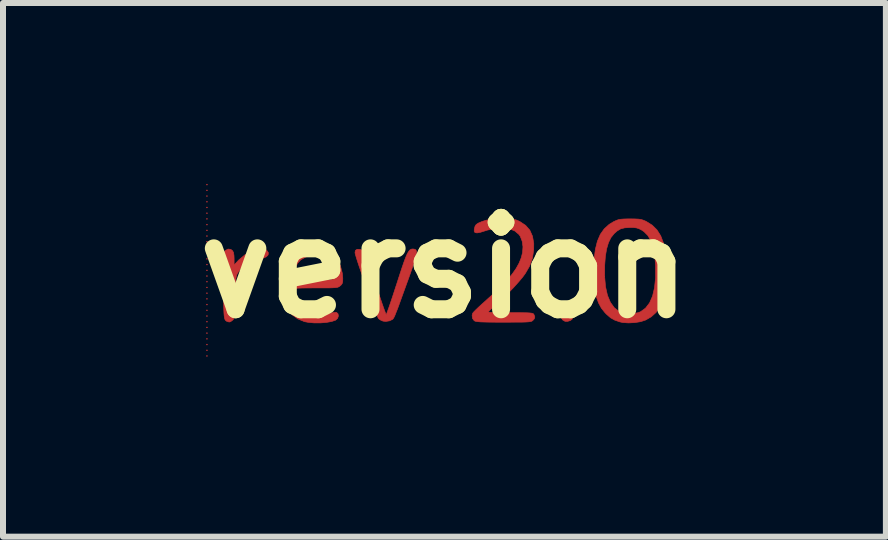
<source format=kicad_pcb>
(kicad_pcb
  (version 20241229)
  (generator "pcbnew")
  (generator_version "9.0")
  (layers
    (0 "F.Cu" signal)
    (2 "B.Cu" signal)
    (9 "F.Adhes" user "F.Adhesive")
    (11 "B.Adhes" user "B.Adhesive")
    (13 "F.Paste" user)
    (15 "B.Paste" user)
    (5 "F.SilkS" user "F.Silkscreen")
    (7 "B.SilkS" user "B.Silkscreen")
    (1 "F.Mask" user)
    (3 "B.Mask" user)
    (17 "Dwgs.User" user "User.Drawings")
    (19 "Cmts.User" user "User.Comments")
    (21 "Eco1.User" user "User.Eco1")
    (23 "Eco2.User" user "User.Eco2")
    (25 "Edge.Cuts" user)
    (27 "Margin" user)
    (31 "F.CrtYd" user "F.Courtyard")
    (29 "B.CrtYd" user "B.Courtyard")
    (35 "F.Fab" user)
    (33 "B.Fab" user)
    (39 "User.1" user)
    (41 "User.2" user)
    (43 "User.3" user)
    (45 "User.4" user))
  (footprint "version"
    (layer "F.Cu")
    (at 4.362 1.418)
    (property "Reference" "version" (at 0 0 0) (layer "F.SilkS") (effects (font (size 1.524 1.524) (thickness 0.3))))
    (attr through_hole)
    (fp_poly (pts (xy -3.953 -1.389) (xy -3.961 -1.381) (xy -3.969 -1.389) (xy -3.961 -1.397) (xy -3.953 -1.389)) (stroke (width 0.01) (type solid)) (fill yes) (layer "F.Cu"))
    (fp_poly (pts (xy -3.953 -1.294) (xy -3.961 -1.286) (xy -3.969 -1.294) (xy -3.961 -1.302) (xy -3.953 -1.294)) (stroke (width 0.01) (type solid)) (fill yes) (layer "F.Cu"))
    (fp_poly (pts (xy -3.953 -1.199) (xy -3.961 -1.191) (xy -3.969 -1.199) (xy -3.961 -1.206) (xy -3.953 -1.199)) (stroke (width 0.01) (type solid)) (fill yes) (layer "F.Cu"))
    (fp_poly (pts (xy -3.953 -1.103) (xy -3.961 -1.095) (xy -3.969 -1.103) (xy -3.961 -1.111) (xy -3.953 -1.103)) (stroke (width 0.01) (type solid)) (fill yes) (layer "F.Cu"))
    (fp_poly (pts (xy -3.953 -1.008) (xy -3.961 -1) (xy -3.969 -1.008) (xy -3.961 -1.016) (xy -3.953 -1.008)) (stroke (width 0.01) (type solid)) (fill yes) (layer "F.Cu"))
    (fp_poly (pts (xy -3.953 -0.913) (xy -3.961 -0.905) (xy -3.969 -0.913) (xy -3.961 -0.921) (xy -3.953 -0.913)) (stroke (width 0.01) (type solid)) (fill yes) (layer "F.Cu"))
    (fp_poly (pts (xy -3.953 -0.818) (xy -3.961 -0.81) (xy -3.969 -0.818) (xy -3.961 -0.826) (xy -3.953 -0.818)) (stroke (width 0.01) (type solid)) (fill yes) (layer "F.Cu"))
    (fp_poly (pts (xy -3.953 -0.722) (xy -3.961 -0.714) (xy -3.969 -0.722) (xy -3.961 -0.73) (xy -3.953 -0.722)) (stroke (width 0.01) (type solid)) (fill yes) (layer "F.Cu"))
    (fp_poly (pts (xy -3.953 -0.627) (xy -3.961 -0.619) (xy -3.969 -0.627) (xy -3.961 -0.635) (xy -3.953 -0.627)) (stroke (width 0.01) (type solid)) (fill yes) (layer "F.Cu"))
    (fp_poly (pts (xy -3.953 -0.532) (xy -3.961 -0.524) (xy -3.969 -0.532) (xy -3.961 -0.54) (xy -3.953 -0.532)) (stroke (width 0.01) (type solid)) (fill yes) (layer "F.Cu"))
    (fp_poly (pts (xy -3.953 -0.437) (xy -3.961 -0.429) (xy -3.969 -0.437) (xy -3.961 -0.445) (xy -3.953 -0.437)) (stroke (width 0.01) (type solid)) (fill yes) (layer "F.Cu"))
    (fp_poly (pts (xy -3.953 -0.341) (xy -3.961 -0.333) (xy -3.969 -0.341) (xy -3.961 -0.349) (xy -3.953 -0.341)) (stroke (width 0.01) (type solid)) (fill yes) (layer "F.Cu"))
    (fp_poly (pts (xy -3.953 -0.246) (xy -3.961 -0.238) (xy -3.969 -0.246) (xy -3.961 -0.254) (xy -3.953 -0.246)) (stroke (width 0.01) (type solid)) (fill yes) (layer "F.Cu"))
    (fp_poly (pts (xy -3.953 -0.151) (xy -3.961 -0.143) (xy -3.969 -0.151) (xy -3.961 -0.159) (xy -3.953 -0.151)) (stroke (width 0.01) (type solid)) (fill yes) (layer "F.Cu"))
    (fp_poly (pts (xy -3.953 -0.056) (xy -3.961 -0.048) (xy -3.969 -0.056) (xy -3.961 -0.064) (xy -3.953 -0.056)) (stroke (width 0.01) (type solid)) (fill yes) (layer "F.Cu"))
    (fp_poly (pts (xy -3.953 0.04) (xy -3.961 0.048) (xy -3.969 0.04) (xy -3.961 0.032) (xy -3.953 0.04)) (stroke (width 0.01) (type solid)) (fill yes) (layer "F.Cu"))
    (fp_poly (pts (xy -3.953 0.135) (xy -3.961 0.143) (xy -3.969 0.135) (xy -3.961 0.127) (xy -3.953 0.135)) (stroke (width 0.01) (type solid)) (fill yes) (layer "F.Cu"))
    (fp_poly (pts (xy -3.953 0.23) (xy -3.961 0.238) (xy -3.969 0.23) (xy -3.961 0.222) (xy -3.953 0.23)) (stroke (width 0.01) (type solid)) (fill yes) (layer "F.Cu"))
    (fp_poly (pts (xy -3.953 0.325) (xy -3.961 0.333) (xy -3.969 0.325) (xy -3.961 0.318) (xy -3.953 0.325)) (stroke (width 0.01) (type solid)) (fill yes) (layer "F.Cu"))
    (fp_poly (pts (xy -3.953 0.421) (xy -3.961 0.429) (xy -3.969 0.421) (xy -3.961 0.413) (xy -3.953 0.421)) (stroke (width 0.01) (type solid)) (fill yes) (layer "F.Cu"))
    (fp_poly (pts (xy -3.953 0.516) (xy -3.961 0.524) (xy -3.969 0.516) (xy -3.961 0.508) (xy -3.953 0.516)) (stroke (width 0.01) (type solid)) (fill yes) (layer "F.Cu"))
    (fp_poly (pts (xy -3.953 0.611) (xy -3.961 0.619) (xy -3.969 0.611) (xy -3.961 0.603) (xy -3.953 0.611)) (stroke (width 0.01) (type solid)) (fill yes) (layer "F.Cu"))
    (fp_poly (pts (xy -3.953 0.706) (xy -3.961 0.714) (xy -3.969 0.706) (xy -3.961 0.699) (xy -3.953 0.706)) (stroke (width 0.01) (type solid)) (fill yes) (layer "F.Cu"))
    (fp_poly (pts (xy -3.953 0.802) (xy -3.961 0.81) (xy -3.969 0.802) (xy -3.961 0.794) (xy -3.953 0.802)) (stroke (width 0.01) (type solid)) (fill yes) (layer "F.Cu"))
    (fp_poly (pts (xy -3.953 0.897) (xy -3.961 0.905) (xy -3.969 0.897) (xy -3.961 0.889) (xy -3.953 0.897)) (stroke (width 0.01) (type solid)) (fill yes) (layer "F.Cu"))
    (fp_poly (pts (xy -3.953 0.992) (xy -3.961 1) (xy -3.969 0.992) (xy -3.961 0.984) (xy -3.953 0.992)) (stroke (width 0.01) (type solid)) (fill yes) (layer "F.Cu"))
    (fp_poly (pts (xy -3.953 1.087) (xy -3.961 1.095) (xy -3.969 1.087) (xy -3.961 1.079) (xy -3.953 1.087)) (stroke (width 0.01) (type solid)) (fill yes) (layer "F.Cu"))
    (fp_poly (pts (xy -3.953 1.183) (xy -3.961 1.191) (xy -3.969 1.183) (xy -3.961 1.175) (xy -3.953 1.183)) (stroke (width 0.01) (type solid)) (fill yes) (layer "F.Cu"))
    (fp_poly (pts (xy -3.953 1.278) (xy -3.961 1.286) (xy -3.969 1.278) (xy -3.961 1.27) (xy -3.953 1.278)) (stroke (width 0.01) (type solid)) (fill yes) (layer "F.Cu"))
    (fp_poly (pts (xy -3.953 1.373) (xy -3.961 1.381) (xy -3.969 1.373) (xy -3.961 1.365) (xy -3.953 1.373)) (stroke (width 0.01) (type solid)) (fill yes) (layer "F.Cu"))
    (fp_poly (pts (xy -3.953 1.468) (xy -3.961 1.476) (xy -3.969 1.468) (xy -3.961 1.46) (xy -3.953 1.468)) (stroke (width 0.01) (type solid)) (fill yes) (layer "F.Cu"))
    (fp_poly (pts (xy 2.086 0.588) (xy 2.119 0.613) (xy 2.132 0.641) (xy 2.14 0.69) (xy 2.144 0.747) (xy 2.142 0.802) (xy 2.135 0.843) (xy 2.131 0.852) (xy 2.1 0.877) (xy 2.054 0.891) (xy 2.011 0.89) (xy 2.008 0.889) (xy 1.97 0.867) (xy 1.948 0.834) (xy 1.939 0.782) (xy 1.94 0.729) (xy 1.944 0.672) (xy 1.954 0.636) (xy 1.971 0.612) (xy 1.986 0.599) (xy 2.037 0.578) (xy 2.086 0.588)) (stroke (width 0.01) (type solid)) (fill yes) (layer "F.Cu"))
    (fp_poly (pts (xy -2.988 -0.31) (xy -2.965 -0.296) (xy -2.964 -0.294) (xy -2.937 -0.254) (xy -2.941 -0.217) (xy -2.972 -0.185) (xy -3.029 -0.163) (xy -3.085 -0.153) (xy -3.203 -0.125) (xy -3.307 -0.071) (xy -3.394 0.007) (xy -3.45 0.087) (xy -3.462 0.111) (xy -3.47 0.136) (xy -3.477 0.169) (xy -3.482 0.213) (xy -3.486 0.274) (xy -3.489 0.356) (xy -3.492 0.463) (xy -3.492 0.498) (xy -3.495 0.611) (xy -3.498 0.697) (xy -3.501 0.76) (xy -3.504 0.804) (xy -3.51 0.833) (xy -3.517 0.852) (xy -3.526 0.864) (xy -3.538 0.875) (xy -3.568 0.897) (xy -3.591 0.902) (xy -3.619 0.894) (xy -3.636 0.887) (xy -3.649 0.877) (xy -3.66 0.861) (xy -3.668 0.835) (xy -3.674 0.797) (xy -3.678 0.744) (xy -3.681 0.671) (xy -3.682 0.577) (xy -3.683 0.458) (xy -3.683 0.311) (xy -3.683 0.285) (xy -3.683 0.138) (xy -3.683 0.019) (xy -3.682 -0.074) (xy -3.68 -0.146) (xy -3.678 -0.199) (xy -3.675 -0.236) (xy -3.67 -0.261) (xy -3.665 -0.277) (xy -3.658 -0.287) (xy -3.654 -0.291) (xy -3.609 -0.315) (xy -3.563 -0.309) (xy -3.535 -0.288) (xy -3.518 -0.257) (xy -3.51 -0.206) (xy -3.508 -0.154) (xy -3.508 -0.05) (xy -3.429 -0.134) (xy -3.327 -0.219) (xy -3.21 -0.279) (xy -3.083 -0.31) (xy -3.078 -0.311) (xy -3.023 -0.315) (xy -2.988 -0.31)) (stroke (width 0.01) (type solid)) (fill yes) (layer "F.Cu"))
    (fp_poly (pts (xy -0.512 -0.315) (xy -0.509 -0.314) (xy -0.488 -0.309) (xy -0.474 -0.297) (xy -0.467 -0.276) (xy -0.468 -0.242) (xy -0.478 -0.193) (xy -0.497 -0.125) (xy -0.525 -0.038) (xy -0.563 0.074) (xy -0.612 0.212) (xy -0.619 0.23) (xy -0.674 0.382) (xy -0.719 0.506) (xy -0.755 0.606) (xy -0.784 0.685) (xy -0.808 0.744) (xy -0.825 0.788) (xy -0.839 0.819) (xy -0.85 0.839) (xy -0.859 0.851) (xy -0.865 0.857) (xy -0.915 0.882) (xy -0.978 0.892) (xy -1.025 0.887) (xy -1.068 0.868) (xy -1.099 0.846) (xy -1.111 0.823) (xy -1.132 0.775) (xy -1.159 0.705) (xy -1.193 0.618) (xy -1.23 0.518) (xy -1.27 0.409) (xy -1.31 0.296) (xy -1.35 0.183) (xy -1.388 0.074) (xy -1.423 -0.027) (xy -1.452 -0.114) (xy -1.474 -0.185) (xy -1.488 -0.234) (xy -1.492 -0.256) (xy -1.485 -0.292) (xy -1.458 -0.31) (xy -1.454 -0.311) (xy -1.407 -0.309) (xy -1.358 -0.289) (xy -1.329 -0.264) (xy -1.322 -0.245) (xy -1.306 -0.199) (xy -1.282 -0.131) (xy -1.252 -0.044) (xy -1.218 0.06) (xy -1.18 0.175) (xy -1.15 0.266) (xy -1.11 0.387) (xy -1.073 0.498) (xy -1.04 0.595) (xy -1.012 0.675) (xy -0.99 0.734) (xy -0.976 0.769) (xy -0.972 0.778) (xy -0.964 0.763) (xy -0.949 0.721) (xy -0.926 0.657) (xy -0.897 0.572) (xy -0.863 0.471) (xy -0.826 0.357) (xy -0.794 0.26) (xy -0.746 0.111) (xy -0.706 -0.01) (xy -0.673 -0.106) (xy -0.645 -0.18) (xy -0.621 -0.235) (xy -0.599 -0.273) (xy -0.579 -0.298) (xy -0.558 -0.311) (xy -0.537 -0.316) (xy -0.512 -0.315)) (stroke (width 0.01) (type solid)) (fill yes) (layer "F.Cu"))
    (fp_poly (pts (xy 3.177 -0.817) (xy 3.236 -0.814) (xy 3.279 -0.808) (xy 3.317 -0.796) (xy 3.357 -0.779) (xy 3.368 -0.773) (xy 3.464 -0.713) (xy 3.543 -0.635) (xy 3.606 -0.536) (xy 3.652 -0.415) (xy 3.683 -0.271) (xy 3.7 -0.1) (xy 3.704 0.048) (xy 3.697 0.237) (xy 3.677 0.399) (xy 3.643 0.536) (xy 3.593 0.65) (xy 3.528 0.743) (xy 3.446 0.816) (xy 3.354 0.869) (xy 3.272 0.896) (xy 3.172 0.912) (xy 3.067 0.917) (xy 2.97 0.91) (xy 2.921 0.899) (xy 2.838 0.87) (xy 2.772 0.833) (xy 2.71 0.78) (xy 2.678 0.748) (xy 2.616 0.67) (xy 2.568 0.581) (xy 2.532 0.478) (xy 2.508 0.356) (xy 2.494 0.212) (xy 2.492 0.146) (xy 2.671 0.146) (xy 2.686 0.314) (xy 2.718 0.457) (xy 2.767 0.574) (xy 2.832 0.664) (xy 2.913 0.727) (xy 2.919 0.73) (xy 2.984 0.752) (xy 3.066 0.762) (xy 3.152 0.76) (xy 3.23 0.746) (xy 3.269 0.731) (xy 3.353 0.67) (xy 3.42 0.583) (xy 3.47 0.469) (xy 3.503 0.329) (xy 3.52 0.162) (xy 3.52 -0.03) (xy 3.519 -0.056) (xy 3.505 -0.216) (xy 3.479 -0.348) (xy 3.442 -0.456) (xy 3.391 -0.541) (xy 3.326 -0.606) (xy 3.287 -0.632) (xy 3.242 -0.655) (xy 3.199 -0.668) (xy 3.146 -0.674) (xy 3.096 -0.674) (xy 3.007 -0.669) (xy 2.939 -0.652) (xy 2.88 -0.617) (xy 2.83 -0.573) (xy 2.776 -0.506) (xy 2.735 -0.422) (xy 2.704 -0.318) (xy 2.683 -0.191) (xy 2.672 -0.047) (xy 2.671 0.146) (xy 2.492 0.146) (xy 2.49 0.04) (xy 2.49 0.04) (xy 2.496 -0.149) (xy 2.516 -0.31) (xy 2.55 -0.446) (xy 2.599 -0.56) (xy 2.664 -0.652) (xy 2.746 -0.726) (xy 2.82 -0.771) (xy 2.863 -0.791) (xy 2.9 -0.805) (xy 2.94 -0.812) (xy 2.991 -0.816) (xy 3.062 -0.818) (xy 3.096 -0.818) (xy 3.177 -0.817)) (stroke (width 0.01) (type solid)) (fill yes) (layer "F.Cu"))
    (fp_poly (pts (xy 1.047 -0.817) (xy 1.109 -0.815) (xy 1.154 -0.81) (xy 1.191 -0.802) (xy 1.226 -0.788) (xy 1.259 -0.772) (xy 1.353 -0.71) (xy 1.423 -0.63) (xy 1.468 -0.529) (xy 1.489 -0.409) (xy 1.488 -0.304) (xy 1.467 -0.164) (xy 1.419 -0.03) (xy 1.347 0.094) (xy 1.299 0.159) (xy 1.232 0.238) (xy 1.152 0.327) (xy 1.063 0.419) (xy 0.972 0.508) (xy 0.883 0.59) (xy 0.859 0.611) (xy 0.806 0.658) (xy 0.764 0.697) (xy 0.737 0.724) (xy 0.73 0.734) (xy 0.745 0.738) (xy 0.788 0.741) (xy 0.853 0.743) (xy 0.937 0.745) (xy 1.036 0.746) (xy 1.103 0.746) (xy 1.221 0.746) (xy 1.312 0.747) (xy 1.378 0.748) (xy 1.425 0.751) (xy 1.456 0.755) (xy 1.475 0.76) (xy 1.486 0.768) (xy 1.492 0.777) (xy 1.507 0.817) (xy 1.498 0.848) (xy 1.476 0.873) (xy 1.466 0.882) (xy 1.452 0.89) (xy 1.432 0.895) (xy 1.401 0.899) (xy 1.356 0.902) (xy 1.293 0.904) (xy 1.21 0.904) (xy 1.101 0.905) (xy 0.988 0.905) (xy 0.852 0.905) (xy 0.744 0.904) (xy 0.661 0.902) (xy 0.599 0.9) (xy 0.555 0.896) (xy 0.525 0.892) (xy 0.505 0.885) (xy 0.496 0.88) (xy 0.467 0.842) (xy 0.461 0.79) (xy 0.47 0.756) (xy 0.485 0.737) (xy 0.519 0.702) (xy 0.569 0.654) (xy 0.629 0.599) (xy 0.664 0.568) (xy 0.815 0.431) (xy 0.942 0.309) (xy 1.047 0.2) (xy 1.131 0.1) (xy 1.196 0.007) (xy 1.245 -0.082) (xy 1.28 -0.169) (xy 1.302 -0.257) (xy 1.309 -0.352) (xy 1.296 -0.445) (xy 1.265 -0.525) (xy 1.242 -0.558) (xy 1.172 -0.617) (xy 1.082 -0.653) (xy 0.974 -0.668) (xy 0.851 -0.661) (xy 0.717 -0.631) (xy 0.679 -0.619) (xy 0.599 -0.594) (xy 0.544 -0.584) (xy 0.51 -0.589) (xy 0.496 -0.61) (xy 0.497 -0.648) (xy 0.499 -0.656) (xy 0.51 -0.696) (xy 0.529 -0.724) (xy 0.563 -0.747) (xy 0.619 -0.771) (xy 0.648 -0.781) (xy 0.7 -0.797) (xy 0.749 -0.808) (xy 0.806 -0.814) (xy 0.879 -0.817) (xy 0.96 -0.817) (xy 1.047 -0.817)) (stroke (width 0.01) (type solid)) (fill yes) (layer "F.Cu"))
    (fp_poly (pts (xy -2.096 -0.327) (xy -2.009 -0.313) (xy -1.944 -0.29) (xy -1.857 -0.227) (xy -1.786 -0.141) (xy -1.735 -0.035) (xy -1.704 0.087) (xy -1.696 0.17) (xy -1.697 0.224) (xy -1.704 0.257) (xy -1.722 0.283) (xy -1.737 0.296) (xy -1.751 0.308) (xy -1.767 0.317) (xy -1.787 0.324) (xy -1.818 0.328) (xy -1.861 0.331) (xy -1.923 0.333) (xy -2.007 0.333) (xy -2.117 0.333) (xy -2.152 0.333) (xy -2.274 0.334) (xy -2.367 0.335) (xy -2.436 0.337) (xy -2.483 0.34) (xy -2.513 0.344) (xy -2.529 0.35) (xy -2.534 0.356) (xy -2.535 0.389) (xy -2.526 0.441) (xy -2.509 0.503) (xy -2.487 0.566) (xy -2.463 0.62) (xy -2.451 0.64) (xy -2.389 0.706) (xy -2.303 0.751) (xy -2.194 0.775) (xy -2.107 0.78) (xy -2.033 0.777) (xy -1.961 0.769) (xy -1.904 0.757) (xy -1.899 0.756) (xy -1.851 0.744) (xy -1.813 0.739) (xy -1.801 0.741) (xy -1.775 0.765) (xy -1.769 0.801) (xy -1.782 0.84) (xy -1.813 0.869) (xy -1.815 0.871) (xy -1.881 0.893) (xy -1.969 0.909) (xy -2.069 0.917) (xy -2.173 0.917) (xy -2.269 0.908) (xy -2.334 0.896) (xy -2.446 0.85) (xy -2.542 0.78) (xy -2.619 0.688) (xy -2.671 0.58) (xy -2.675 0.567) (xy -2.702 0.439) (xy -2.711 0.3) (xy -2.705 0.173) (xy -2.533 0.173) (xy -2.53 0.194) (xy -2.512 0.198) (xy -2.468 0.202) (xy -2.404 0.204) (xy -2.326 0.206) (xy -2.24 0.206) (xy -2.15 0.206) (xy -2.064 0.205) (xy -1.987 0.203) (xy -1.924 0.2) (xy -1.882 0.196) (xy -1.866 0.192) (xy -1.863 0.165) (xy -1.869 0.117) (xy -1.882 0.058) (xy -1.899 -0.002) (xy -1.92 -0.055) (xy -1.93 -0.074) (xy -1.984 -0.137) (xy -2.056 -0.18) (xy -2.14 -0.203) (xy -2.228 -0.204) (xy -2.314 -0.182) (xy -2.392 -0.138) (xy -2.41 -0.122) (xy -2.443 -0.085) (xy -2.474 -0.036) (xy -2.479 -0.027) (xy -2.498 0.019) (xy -2.515 0.075) (xy -2.527 0.13) (xy -2.533 0.173) (xy -2.705 0.173) (xy -2.704 0.159) (xy -2.68 0.027) (xy -2.648 -0.068) (xy -2.598 -0.15) (xy -2.525 -0.224) (xy -2.439 -0.282) (xy -2.369 -0.311) (xy -2.286 -0.327) (xy -2.192 -0.332) (xy -2.096 -0.327)) (stroke (width 0.01) (type solid)) (fill yes) (layer "F.Cu"))
    (fp_poly (pts (xy -3.953 -1.389) (xy -3.961 -1.381) (xy -3.969 -1.389) (xy -3.961 -1.397) (xy -3.953 -1.389)) (stroke (width 0.01) (type solid)) (fill yes) (layer "F.Mask"))
    (fp_poly (pts (xy -3.953 -1.294) (xy -3.961 -1.286) (xy -3.969 -1.294) (xy -3.961 -1.302) (xy -3.953 -1.294)) (stroke (width 0.01) (type solid)) (fill yes) (layer "F.Mask"))
    (fp_poly (pts (xy -3.953 -1.199) (xy -3.961 -1.191) (xy -3.969 -1.199) (xy -3.961 -1.206) (xy -3.953 -1.199)) (stroke (width 0.01) (type solid)) (fill yes) (layer "F.Mask"))
    (fp_poly (pts (xy -3.953 -1.103) (xy -3.961 -1.095) (xy -3.969 -1.103) (xy -3.961 -1.111) (xy -3.953 -1.103)) (stroke (width 0.01) (type solid)) (fill yes) (layer "F.Mask"))
    (fp_poly (pts (xy -3.953 -1.008) (xy -3.961 -1) (xy -3.969 -1.008) (xy -3.961 -1.016) (xy -3.953 -1.008)) (stroke (width 0.01) (type solid)) (fill yes) (layer "F.Mask"))
    (fp_poly (pts (xy -3.953 -0.913) (xy -3.961 -0.905) (xy -3.969 -0.913) (xy -3.961 -0.921) (xy -3.953 -0.913)) (stroke (width 0.01) (type solid)) (fill yes) (layer "F.Mask"))
    (fp_poly (pts (xy -3.953 -0.818) (xy -3.961 -0.81) (xy -3.969 -0.818) (xy -3.961 -0.826) (xy -3.953 -0.818)) (stroke (width 0.01) (type solid)) (fill yes) (layer "F.Mask"))
    (fp_poly (pts (xy -3.953 -0.722) (xy -3.961 -0.714) (xy -3.969 -0.722) (xy -3.961 -0.73) (xy -3.953 -0.722)) (stroke (width 0.01) (type solid)) (fill yes) (layer "F.Mask"))
    (fp_poly (pts (xy -3.953 -0.627) (xy -3.961 -0.619) (xy -3.969 -0.627) (xy -3.961 -0.635) (xy -3.953 -0.627)) (stroke (width 0.01) (type solid)) (fill yes) (layer "F.Mask"))
    (fp_poly (pts (xy -3.953 -0.532) (xy -3.961 -0.524) (xy -3.969 -0.532) (xy -3.961 -0.54) (xy -3.953 -0.532)) (stroke (width 0.01) (type solid)) (fill yes) (layer "F.Mask"))
    (fp_poly (pts (xy -3.953 -0.437) (xy -3.961 -0.429) (xy -3.969 -0.437) (xy -3.961 -0.445) (xy -3.953 -0.437)) (stroke (width 0.01) (type solid)) (fill yes) (layer "F.Mask"))
    (fp_poly (pts (xy -3.953 -0.341) (xy -3.961 -0.333) (xy -3.969 -0.341) (xy -3.961 -0.349) (xy -3.953 -0.341)) (stroke (width 0.01) (type solid)) (fill yes) (layer "F.Mask"))
    (fp_poly (pts (xy -3.953 -0.246) (xy -3.961 -0.238) (xy -3.969 -0.246) (xy -3.961 -0.254) (xy -3.953 -0.246)) (stroke (width 0.01) (type solid)) (fill yes) (layer "F.Mask"))
    (fp_poly (pts (xy -3.953 -0.151) (xy -3.961 -0.143) (xy -3.969 -0.151) (xy -3.961 -0.159) (xy -3.953 -0.151)) (stroke (width 0.01) (type solid)) (fill yes) (layer "F.Mask"))
    (fp_poly (pts (xy -3.953 -0.056) (xy -3.961 -0.048) (xy -3.969 -0.056) (xy -3.961 -0.064) (xy -3.953 -0.056)) (stroke (width 0.01) (type solid)) (fill yes) (layer "F.Mask"))
    (fp_poly (pts (xy -3.953 0.04) (xy -3.961 0.048) (xy -3.969 0.04) (xy -3.961 0.032) (xy -3.953 0.04)) (stroke (width 0.01) (type solid)) (fill yes) (layer "F.Mask"))
    (fp_poly (pts (xy -3.953 0.135) (xy -3.961 0.143) (xy -3.969 0.135) (xy -3.961 0.127) (xy -3.953 0.135)) (stroke (width 0.01) (type solid)) (fill yes) (layer "F.Mask"))
    (fp_poly (pts (xy -3.953 0.23) (xy -3.961 0.238) (xy -3.969 0.23) (xy -3.961 0.222) (xy -3.953 0.23)) (stroke (width 0.01) (type solid)) (fill yes) (layer "F.Mask"))
    (fp_poly (pts (xy -3.953 0.325) (xy -3.961 0.333) (xy -3.969 0.325) (xy -3.961 0.318) (xy -3.953 0.325)) (stroke (width 0.01) (type solid)) (fill yes) (layer "F.Mask"))
    (fp_poly (pts (xy -3.953 0.421) (xy -3.961 0.429) (xy -3.969 0.421) (xy -3.961 0.413) (xy -3.953 0.421)) (stroke (width 0.01) (type solid)) (fill yes) (layer "F.Mask"))
    (fp_poly (pts (xy -3.953 0.516) (xy -3.961 0.524) (xy -3.969 0.516) (xy -3.961 0.508) (xy -3.953 0.516)) (stroke (width 0.01) (type solid)) (fill yes) (layer "F.Mask"))
    (fp_poly (pts (xy -3.953 0.611) (xy -3.961 0.619) (xy -3.969 0.611) (xy -3.961 0.603) (xy -3.953 0.611)) (stroke (width 0.01) (type solid)) (fill yes) (layer "F.Mask"))
    (fp_poly (pts (xy -3.953 0.706) (xy -3.961 0.714) (xy -3.969 0.706) (xy -3.961 0.699) (xy -3.953 0.706)) (stroke (width 0.01) (type solid)) (fill yes) (layer "F.Mask"))
    (fp_poly (pts (xy -3.953 0.802) (xy -3.961 0.81) (xy -3.969 0.802) (xy -3.961 0.794) (xy -3.953 0.802)) (stroke (width 0.01) (type solid)) (fill yes) (layer "F.Mask"))
    (fp_poly (pts (xy -3.953 0.897) (xy -3.961 0.905) (xy -3.969 0.897) (xy -3.961 0.889) (xy -3.953 0.897)) (stroke (width 0.01) (type solid)) (fill yes) (layer "F.Mask"))
    (fp_poly (pts (xy -3.953 0.992) (xy -3.961 1) (xy -3.969 0.992) (xy -3.961 0.984) (xy -3.953 0.992)) (stroke (width 0.01) (type solid)) (fill yes) (layer "F.Mask"))
    (fp_poly (pts (xy -3.953 1.087) (xy -3.961 1.095) (xy -3.969 1.087) (xy -3.961 1.079) (xy -3.953 1.087)) (stroke (width 0.01) (type solid)) (fill yes) (layer "F.Mask"))
    (fp_poly (pts (xy -3.953 1.183) (xy -3.961 1.191) (xy -3.969 1.183) (xy -3.961 1.175) (xy -3.953 1.183)) (stroke (width 0.01) (type solid)) (fill yes) (layer "F.Mask"))
    (fp_poly (pts (xy -3.953 1.278) (xy -3.961 1.286) (xy -3.969 1.278) (xy -3.961 1.27) (xy -3.953 1.278)) (stroke (width 0.01) (type solid)) (fill yes) (layer "F.Mask"))
    (fp_poly (pts (xy -3.953 1.373) (xy -3.961 1.381) (xy -3.969 1.373) (xy -3.961 1.365) (xy -3.953 1.373)) (stroke (width 0.01) (type solid)) (fill yes) (layer "F.Mask"))
    (fp_poly (pts (xy -3.953 1.468) (xy -3.961 1.476) (xy -3.969 1.468) (xy -3.961 1.46) (xy -3.953 1.468)) (stroke (width 0.01) (type solid)) (fill yes) (layer "F.Mask"))
    (fp_poly (pts (xy 2.086 0.588) (xy 2.119 0.613) (xy 2.132 0.641) (xy 2.14 0.69) (xy 2.144 0.747) (xy 2.142 0.802) (xy 2.135 0.843) (xy 2.131 0.852) (xy 2.1 0.877) (xy 2.054 0.891) (xy 2.011 0.89) (xy 2.008 0.889) (xy 1.97 0.867) (xy 1.948 0.834) (xy 1.939 0.782) (xy 1.94 0.729) (xy 1.944 0.672) (xy 1.954 0.636) (xy 1.971 0.612) (xy 1.986 0.599) (xy 2.037 0.578) (xy 2.086 0.588)) (stroke (width 0.01) (type solid)) (fill yes) (layer "F.Mask"))
    (fp_poly (pts (xy -2.988 -0.31) (xy -2.965 -0.296) (xy -2.964 -0.294) (xy -2.937 -0.254) (xy -2.941 -0.217) (xy -2.972 -0.185) (xy -3.029 -0.163) (xy -3.085 -0.153) (xy -3.203 -0.125) (xy -3.307 -0.071) (xy -3.394 0.007) (xy -3.45 0.087) (xy -3.462 0.111) (xy -3.47 0.136) (xy -3.477 0.169) (xy -3.482 0.213) (xy -3.486 0.274) (xy -3.489 0.356) (xy -3.492 0.463) (xy -3.492 0.498) (xy -3.495 0.611) (xy -3.498 0.697) (xy -3.501 0.76) (xy -3.504 0.804) (xy -3.51 0.833) (xy -3.517 0.852) (xy -3.526 0.864) (xy -3.538 0.875) (xy -3.568 0.897) (xy -3.591 0.902) (xy -3.619 0.894) (xy -3.636 0.887) (xy -3.649 0.877) (xy -3.66 0.861) (xy -3.668 0.835) (xy -3.674 0.797) (xy -3.678 0.744) (xy -3.681 0.671) (xy -3.682 0.577) (xy -3.683 0.458) (xy -3.683 0.311) (xy -3.683 0.285) (xy -3.683 0.138) (xy -3.683 0.019) (xy -3.682 -0.074) (xy -3.68 -0.146) (xy -3.678 -0.199) (xy -3.675 -0.236) (xy -3.67 -0.261) (xy -3.665 -0.277) (xy -3.658 -0.287) (xy -3.654 -0.291) (xy -3.609 -0.315) (xy -3.563 -0.309) (xy -3.535 -0.288) (xy -3.518 -0.257) (xy -3.51 -0.206) (xy -3.508 -0.154) (xy -3.508 -0.05) (xy -3.429 -0.134) (xy -3.327 -0.219) (xy -3.21 -0.279) (xy -3.083 -0.31) (xy -3.078 -0.311) (xy -3.023 -0.315) (xy -2.988 -0.31)) (stroke (width 0.01) (type solid)) (fill yes) (layer "F.Mask"))
    (fp_poly (pts (xy -0.512 -0.315) (xy -0.509 -0.314) (xy -0.488 -0.309) (xy -0.474 -0.297) (xy -0.467 -0.276) (xy -0.468 -0.242) (xy -0.478 -0.193) (xy -0.497 -0.125) (xy -0.525 -0.038) (xy -0.563 0.074) (xy -0.612 0.212) (xy -0.619 0.23) (xy -0.674 0.382) (xy -0.719 0.506) (xy -0.755 0.606) (xy -0.784 0.685) (xy -0.808 0.744) (xy -0.825 0.788) (xy -0.839 0.819) (xy -0.85 0.839) (xy -0.859 0.851) (xy -0.865 0.857) (xy -0.915 0.882) (xy -0.978 0.892) (xy -1.025 0.887) (xy -1.068 0.868) (xy -1.099 0.846) (xy -1.111 0.823) (xy -1.132 0.775) (xy -1.159 0.705) (xy -1.193 0.618) (xy -1.23 0.518) (xy -1.27 0.409) (xy -1.31 0.296) (xy -1.35 0.183) (xy -1.388 0.074) (xy -1.423 -0.027) (xy -1.452 -0.114) (xy -1.474 -0.185) (xy -1.488 -0.234) (xy -1.492 -0.256) (xy -1.485 -0.292) (xy -1.458 -0.31) (xy -1.454 -0.311) (xy -1.407 -0.309) (xy -1.358 -0.289) (xy -1.329 -0.264) (xy -1.322 -0.245) (xy -1.306 -0.199) (xy -1.282 -0.131) (xy -1.252 -0.044) (xy -1.218 0.06) (xy -1.18 0.175) (xy -1.15 0.266) (xy -1.11 0.387) (xy -1.073 0.498) (xy -1.04 0.595) (xy -1.012 0.675) (xy -0.99 0.734) (xy -0.976 0.769) (xy -0.972 0.778) (xy -0.964 0.763) (xy -0.949 0.721) (xy -0.926 0.657) (xy -0.897 0.572) (xy -0.863 0.471) (xy -0.826 0.357) (xy -0.794 0.26) (xy -0.746 0.111) (xy -0.706 -0.01) (xy -0.673 -0.106) (xy -0.645 -0.18) (xy -0.621 -0.235) (xy -0.599 -0.273) (xy -0.579 -0.298) (xy -0.558 -0.311) (xy -0.537 -0.316) (xy -0.512 -0.315)) (stroke (width 0.01) (type solid)) (fill yes) (layer "F.Mask"))
    (fp_poly (pts (xy 3.177 -0.817) (xy 3.236 -0.814) (xy 3.279 -0.808) (xy 3.317 -0.796) (xy 3.357 -0.779) (xy 3.368 -0.773) (xy 3.464 -0.713) (xy 3.543 -0.635) (xy 3.606 -0.536) (xy 3.652 -0.415) (xy 3.683 -0.271) (xy 3.7 -0.1) (xy 3.704 0.048) (xy 3.697 0.237) (xy 3.677 0.399) (xy 3.643 0.536) (xy 3.593 0.65) (xy 3.528 0.743) (xy 3.446 0.816) (xy 3.354 0.869) (xy 3.272 0.896) (xy 3.172 0.912) (xy 3.067 0.917) (xy 2.97 0.91) (xy 2.921 0.899) (xy 2.838 0.87) (xy 2.772 0.833) (xy 2.71 0.78) (xy 2.678 0.748) (xy 2.616 0.67) (xy 2.568 0.581) (xy 2.532 0.478) (xy 2.508 0.356) (xy 2.494 0.212) (xy 2.492 0.146) (xy 2.671 0.146) (xy 2.686 0.314) (xy 2.718 0.457) (xy 2.767 0.574) (xy 2.832 0.664) (xy 2.913 0.727) (xy 2.919 0.73) (xy 2.984 0.752) (xy 3.066 0.762) (xy 3.152 0.76) (xy 3.23 0.746) (xy 3.269 0.731) (xy 3.353 0.67) (xy 3.42 0.583) (xy 3.47 0.469) (xy 3.503 0.329) (xy 3.52 0.162) (xy 3.52 -0.03) (xy 3.519 -0.056) (xy 3.505 -0.216) (xy 3.479 -0.348) (xy 3.442 -0.456) (xy 3.391 -0.541) (xy 3.326 -0.606) (xy 3.287 -0.632) (xy 3.242 -0.655) (xy 3.199 -0.668) (xy 3.146 -0.674) (xy 3.096 -0.674) (xy 3.007 -0.669) (xy 2.939 -0.652) (xy 2.88 -0.617) (xy 2.83 -0.573) (xy 2.776 -0.506) (xy 2.735 -0.422) (xy 2.704 -0.318) (xy 2.683 -0.191) (xy 2.672 -0.047) (xy 2.671 0.146) (xy 2.492 0.146) (xy 2.49 0.04) (xy 2.49 0.04) (xy 2.496 -0.149) (xy 2.516 -0.31) (xy 2.55 -0.446) (xy 2.599 -0.56) (xy 2.664 -0.652) (xy 2.746 -0.726) (xy 2.82 -0.771) (xy 2.863 -0.791) (xy 2.9 -0.805) (xy 2.94 -0.812) (xy 2.991 -0.816) (xy 3.062 -0.818) (xy 3.096 -0.818) (xy 3.177 -0.817)) (stroke (width 0.01) (type solid)) (fill yes) (layer "F.Mask"))
    (fp_poly (pts (xy 1.047 -0.817) (xy 1.109 -0.815) (xy 1.154 -0.81) (xy 1.191 -0.802) (xy 1.226 -0.788) (xy 1.259 -0.772) (xy 1.353 -0.71) (xy 1.423 -0.63) (xy 1.468 -0.529) (xy 1.489 -0.409) (xy 1.488 -0.304) (xy 1.467 -0.164) (xy 1.419 -0.03) (xy 1.347 0.094) (xy 1.299 0.159) (xy 1.232 0.238) (xy 1.152 0.327) (xy 1.063 0.419) (xy 0.972 0.508) (xy 0.883 0.59) (xy 0.859 0.611) (xy 0.806 0.658) (xy 0.764 0.697) (xy 0.737 0.724) (xy 0.73 0.734) (xy 0.745 0.738) (xy 0.788 0.741) (xy 0.853 0.743) (xy 0.937 0.745) (xy 1.036 0.746) (xy 1.103 0.746) (xy 1.221 0.746) (xy 1.312 0.747) (xy 1.378 0.748) (xy 1.425 0.751) (xy 1.456 0.755) (xy 1.475 0.76) (xy 1.486 0.768) (xy 1.492 0.777) (xy 1.507 0.817) (xy 1.498 0.848) (xy 1.476 0.873) (xy 1.466 0.882) (xy 1.452 0.89) (xy 1.432 0.895) (xy 1.401 0.899) (xy 1.356 0.902) (xy 1.293 0.904) (xy 1.21 0.904) (xy 1.101 0.905) (xy 0.988 0.905) (xy 0.852 0.905) (xy 0.744 0.904) (xy 0.661 0.902) (xy 0.599 0.9) (xy 0.555 0.896) (xy 0.525 0.892) (xy 0.505 0.885) (xy 0.496 0.88) (xy 0.467 0.842) (xy 0.461 0.79) (xy 0.47 0.756) (xy 0.485 0.737) (xy 0.519 0.702) (xy 0.569 0.654) (xy 0.629 0.599) (xy 0.664 0.568) (xy 0.815 0.431) (xy 0.942 0.309) (xy 1.047 0.2) (xy 1.131 0.1) (xy 1.196 0.007) (xy 1.245 -0.082) (xy 1.28 -0.169) (xy 1.302 -0.257) (xy 1.309 -0.352) (xy 1.296 -0.445) (xy 1.265 -0.525) (xy 1.242 -0.558) (xy 1.172 -0.617) (xy 1.082 -0.653) (xy 0.974 -0.668) (xy 0.851 -0.661) (xy 0.717 -0.631) (xy 0.679 -0.619) (xy 0.599 -0.594) (xy 0.544 -0.584) (xy 0.51 -0.589) (xy 0.496 -0.61) (xy 0.497 -0.648) (xy 0.499 -0.656) (xy 0.51 -0.696) (xy 0.529 -0.724) (xy 0.563 -0.747) (xy 0.619 -0.771) (xy 0.648 -0.781) (xy 0.7 -0.797) (xy 0.749 -0.808) (xy 0.806 -0.814) (xy 0.879 -0.817) (xy 0.96 -0.817) (xy 1.047 -0.817)) (stroke (width 0.01) (type solid)) (fill yes) (layer "F.Mask"))
    (fp_poly (pts (xy -2.096 -0.327) (xy -2.009 -0.313) (xy -1.944 -0.29) (xy -1.857 -0.227) (xy -1.786 -0.141) (xy -1.735 -0.035) (xy -1.704 0.087) (xy -1.696 0.17) (xy -1.697 0.224) (xy -1.704 0.257) (xy -1.722 0.283) (xy -1.737 0.296) (xy -1.751 0.308) (xy -1.767 0.317) (xy -1.787 0.324) (xy -1.818 0.328) (xy -1.861 0.331) (xy -1.923 0.333) (xy -2.007 0.333) (xy -2.117 0.333) (xy -2.152 0.333) (xy -2.274 0.334) (xy -2.367 0.335) (xy -2.436 0.337) (xy -2.483 0.34) (xy -2.513 0.344) (xy -2.529 0.35) (xy -2.534 0.356) (xy -2.535 0.389) (xy -2.526 0.441) (xy -2.509 0.503) (xy -2.487 0.566) (xy -2.463 0.62) (xy -2.451 0.64) (xy -2.389 0.706) (xy -2.303 0.751) (xy -2.194 0.775) (xy -2.107 0.78) (xy -2.033 0.777) (xy -1.961 0.769) (xy -1.904 0.757) (xy -1.899 0.756) (xy -1.851 0.744) (xy -1.813 0.739) (xy -1.801 0.741) (xy -1.775 0.765) (xy -1.769 0.801) (xy -1.782 0.84) (xy -1.813 0.869) (xy -1.815 0.871) (xy -1.881 0.893) (xy -1.969 0.909) (xy -2.069 0.917) (xy -2.173 0.917) (xy -2.269 0.908) (xy -2.334 0.896) (xy -2.446 0.85) (xy -2.542 0.78) (xy -2.619 0.688) (xy -2.671 0.58) (xy -2.675 0.567) (xy -2.702 0.439) (xy -2.711 0.3) (xy -2.705 0.173) (xy -2.533 0.173) (xy -2.53 0.194) (xy -2.512 0.198) (xy -2.468 0.202) (xy -2.404 0.204) (xy -2.326 0.206) (xy -2.24 0.206) (xy -2.15 0.206) (xy -2.064 0.205) (xy -1.987 0.203) (xy -1.924 0.2) (xy -1.882 0.196) (xy -1.866 0.192) (xy -1.863 0.165) (xy -1.869 0.117) (xy -1.882 0.058) (xy -1.899 -0.002) (xy -1.92 -0.055) (xy -1.93 -0.074) (xy -1.984 -0.137) (xy -2.056 -0.18) (xy -2.14 -0.203) (xy -2.228 -0.204) (xy -2.314 -0.182) (xy -2.392 -0.138) (xy -2.41 -0.122) (xy -2.443 -0.085) (xy -2.474 -0.036) (xy -2.479 -0.027) (xy -2.498 0.019) (xy -2.515 0.075) (xy -2.527 0.13) (xy -2.533 0.173) (xy -2.705 0.173) (xy -2.704 0.159) (xy -2.68 0.027) (xy -2.648 -0.068) (xy -2.598 -0.15) (xy -2.525 -0.224) (xy -2.439 -0.282) (xy -2.369 -0.311) (xy -2.286 -0.327) (xy -2.192 -0.332) (xy -2.096 -0.327)) (stroke (width 0.01) (type solid)) (fill yes) (layer "F.Mask"))
    (fp_poly (pts (xy -3.953 -1.389) (xy -3.961 -1.381) (xy -3.969 -1.389) (xy -3.961 -1.397) (xy -3.953 -1.389)) (stroke (width 0.01) (type solid)) (fill yes) (layer "F.Paste"))
    (fp_poly (pts (xy -3.953 -1.294) (xy -3.961 -1.286) (xy -3.969 -1.294) (xy -3.961 -1.302) (xy -3.953 -1.294)) (stroke (width 0.01) (type solid)) (fill yes) (layer "F.Paste"))
    (fp_poly (pts (xy -3.953 -1.199) (xy -3.961 -1.191) (xy -3.969 -1.199) (xy -3.961 -1.206) (xy -3.953 -1.199)) (stroke (width 0.01) (type solid)) (fill yes) (layer "F.Paste"))
    (fp_poly (pts (xy -3.953 -1.103) (xy -3.961 -1.095) (xy -3.969 -1.103) (xy -3.961 -1.111) (xy -3.953 -1.103)) (stroke (width 0.01) (type solid)) (fill yes) (layer "F.Paste"))
    (fp_poly (pts (xy -3.953 -1.008) (xy -3.961 -1) (xy -3.969 -1.008) (xy -3.961 -1.016) (xy -3.953 -1.008)) (stroke (width 0.01) (type solid)) (fill yes) (layer "F.Paste"))
    (fp_poly (pts (xy -3.953 -0.913) (xy -3.961 -0.905) (xy -3.969 -0.913) (xy -3.961 -0.921) (xy -3.953 -0.913)) (stroke (width 0.01) (type solid)) (fill yes) (layer "F.Paste"))
    (fp_poly (pts (xy -3.953 -0.818) (xy -3.961 -0.81) (xy -3.969 -0.818) (xy -3.961 -0.826) (xy -3.953 -0.818)) (stroke (width 0.01) (type solid)) (fill yes) (layer "F.Paste"))
    (fp_poly (pts (xy -3.953 -0.722) (xy -3.961 -0.714) (xy -3.969 -0.722) (xy -3.961 -0.73) (xy -3.953 -0.722)) (stroke (width 0.01) (type solid)) (fill yes) (layer "F.Paste"))
    (fp_poly (pts (xy -3.953 -0.627) (xy -3.961 -0.619) (xy -3.969 -0.627) (xy -3.961 -0.635) (xy -3.953 -0.627)) (stroke (width 0.01) (type solid)) (fill yes) (layer "F.Paste"))
    (fp_poly (pts (xy -3.953 -0.532) (xy -3.961 -0.524) (xy -3.969 -0.532) (xy -3.961 -0.54) (xy -3.953 -0.532)) (stroke (width 0.01) (type solid)) (fill yes) (layer "F.Paste"))
    (fp_poly (pts (xy -3.953 -0.437) (xy -3.961 -0.429) (xy -3.969 -0.437) (xy -3.961 -0.445) (xy -3.953 -0.437)) (stroke (width 0.01) (type solid)) (fill yes) (layer "F.Paste"))
    (fp_poly (pts (xy -3.953 -0.341) (xy -3.961 -0.333) (xy -3.969 -0.341) (xy -3.961 -0.349) (xy -3.953 -0.341)) (stroke (width 0.01) (type solid)) (fill yes) (layer "F.Paste"))
    (fp_poly (pts (xy -3.953 -0.246) (xy -3.961 -0.238) (xy -3.969 -0.246) (xy -3.961 -0.254) (xy -3.953 -0.246)) (stroke (width 0.01) (type solid)) (fill yes) (layer "F.Paste"))
    (fp_poly (pts (xy -3.953 -0.151) (xy -3.961 -0.143) (xy -3.969 -0.151) (xy -3.961 -0.159) (xy -3.953 -0.151)) (stroke (width 0.01) (type solid)) (fill yes) (layer "F.Paste"))
    (fp_poly (pts (xy -3.953 -0.056) (xy -3.961 -0.048) (xy -3.969 -0.056) (xy -3.961 -0.064) (xy -3.953 -0.056)) (stroke (width 0.01) (type solid)) (fill yes) (layer "F.Paste"))
    (fp_poly (pts (xy -3.953 0.04) (xy -3.961 0.048) (xy -3.969 0.04) (xy -3.961 0.032) (xy -3.953 0.04)) (stroke (width 0.01) (type solid)) (fill yes) (layer "F.Paste"))
    (fp_poly (pts (xy -3.953 0.135) (xy -3.961 0.143) (xy -3.969 0.135) (xy -3.961 0.127) (xy -3.953 0.135)) (stroke (width 0.01) (type solid)) (fill yes) (layer "F.Paste"))
    (fp_poly (pts (xy -3.953 0.23) (xy -3.961 0.238) (xy -3.969 0.23) (xy -3.961 0.222) (xy -3.953 0.23)) (stroke (width 0.01) (type solid)) (fill yes) (layer "F.Paste"))
    (fp_poly (pts (xy -3.953 0.325) (xy -3.961 0.333) (xy -3.969 0.325) (xy -3.961 0.318) (xy -3.953 0.325)) (stroke (width 0.01) (type solid)) (fill yes) (layer "F.Paste"))
    (fp_poly (pts (xy -3.953 0.421) (xy -3.961 0.429) (xy -3.969 0.421) (xy -3.961 0.413) (xy -3.953 0.421)) (stroke (width 0.01) (type solid)) (fill yes) (layer "F.Paste"))
    (fp_poly (pts (xy -3.953 0.516) (xy -3.961 0.524) (xy -3.969 0.516) (xy -3.961 0.508) (xy -3.953 0.516)) (stroke (width 0.01) (type solid)) (fill yes) (layer "F.Paste"))
    (fp_poly (pts (xy -3.953 0.611) (xy -3.961 0.619) (xy -3.969 0.611) (xy -3.961 0.603) (xy -3.953 0.611)) (stroke (width 0.01) (type solid)) (fill yes) (layer "F.Paste"))
    (fp_poly (pts (xy -3.953 0.706) (xy -3.961 0.714) (xy -3.969 0.706) (xy -3.961 0.699) (xy -3.953 0.706)) (stroke (width 0.01) (type solid)) (fill yes) (layer "F.Paste"))
    (fp_poly (pts (xy -3.953 0.802) (xy -3.961 0.81) (xy -3.969 0.802) (xy -3.961 0.794) (xy -3.953 0.802)) (stroke (width 0.01) (type solid)) (fill yes) (layer "F.Paste"))
    (fp_poly (pts (xy -3.953 0.897) (xy -3.961 0.905) (xy -3.969 0.897) (xy -3.961 0.889) (xy -3.953 0.897)) (stroke (width 0.01) (type solid)) (fill yes) (layer "F.Paste"))
    (fp_poly (pts (xy -3.953 0.992) (xy -3.961 1) (xy -3.969 0.992) (xy -3.961 0.984) (xy -3.953 0.992)) (stroke (width 0.01) (type solid)) (fill yes) (layer "F.Paste"))
    (fp_poly (pts (xy -3.953 1.087) (xy -3.961 1.095) (xy -3.969 1.087) (xy -3.961 1.079) (xy -3.953 1.087)) (stroke (width 0.01) (type solid)) (fill yes) (layer "F.Paste"))
    (fp_poly (pts (xy -3.953 1.183) (xy -3.961 1.191) (xy -3.969 1.183) (xy -3.961 1.175) (xy -3.953 1.183)) (stroke (width 0.01) (type solid)) (fill yes) (layer "F.Paste"))
    (fp_poly (pts (xy -3.953 1.278) (xy -3.961 1.286) (xy -3.969 1.278) (xy -3.961 1.27) (xy -3.953 1.278)) (stroke (width 0.01) (type solid)) (fill yes) (layer "F.Paste"))
    (fp_poly (pts (xy -3.953 1.373) (xy -3.961 1.381) (xy -3.969 1.373) (xy -3.961 1.365) (xy -3.953 1.373)) (stroke (width 0.01) (type solid)) (fill yes) (layer "F.Paste"))
    (fp_poly (pts (xy -3.953 1.468) (xy -3.961 1.476) (xy -3.969 1.468) (xy -3.961 1.46) (xy -3.953 1.468)) (stroke (width 0.01) (type solid)) (fill yes) (layer "F.Paste"))
    (fp_poly (pts (xy 2.086 0.588) (xy 2.119 0.613) (xy 2.132 0.641) (xy 2.14 0.69) (xy 2.144 0.747) (xy 2.142 0.802) (xy 2.135 0.843) (xy 2.131 0.852) (xy 2.1 0.877) (xy 2.054 0.891) (xy 2.011 0.89) (xy 2.008 0.889) (xy 1.97 0.867) (xy 1.948 0.834) (xy 1.939 0.782) (xy 1.94 0.729) (xy 1.944 0.672) (xy 1.954 0.636) (xy 1.971 0.612) (xy 1.986 0.599) (xy 2.037 0.578) (xy 2.086 0.588)) (stroke (width 0.01) (type solid)) (fill yes) (layer "F.Paste"))
    (fp_poly (pts (xy -2.988 -0.31) (xy -2.965 -0.296) (xy -2.964 -0.294) (xy -2.937 -0.254) (xy -2.941 -0.217) (xy -2.972 -0.185) (xy -3.029 -0.163) (xy -3.085 -0.153) (xy -3.203 -0.125) (xy -3.307 -0.071) (xy -3.394 0.007) (xy -3.45 0.087) (xy -3.462 0.111) (xy -3.47 0.136) (xy -3.477 0.169) (xy -3.482 0.213) (xy -3.486 0.274) (xy -3.489 0.356) (xy -3.492 0.463) (xy -3.492 0.498) (xy -3.495 0.611) (xy -3.498 0.697) (xy -3.501 0.76) (xy -3.504 0.804) (xy -3.51 0.833) (xy -3.517 0.852) (xy -3.526 0.864) (xy -3.538 0.875) (xy -3.568 0.897) (xy -3.591 0.902) (xy -3.619 0.894) (xy -3.636 0.887) (xy -3.649 0.877) (xy -3.66 0.861) (xy -3.668 0.835) (xy -3.674 0.797) (xy -3.678 0.744) (xy -3.681 0.671) (xy -3.682 0.577) (xy -3.683 0.458) (xy -3.683 0.311) (xy -3.683 0.285) (xy -3.683 0.138) (xy -3.683 0.019) (xy -3.682 -0.074) (xy -3.68 -0.146) (xy -3.678 -0.199) (xy -3.675 -0.236) (xy -3.67 -0.261) (xy -3.665 -0.277) (xy -3.658 -0.287) (xy -3.654 -0.291) (xy -3.609 -0.315) (xy -3.563 -0.309) (xy -3.535 -0.288) (xy -3.518 -0.257) (xy -3.51 -0.206) (xy -3.508 -0.154) (xy -3.508 -0.05) (xy -3.429 -0.134) (xy -3.327 -0.219) (xy -3.21 -0.279) (xy -3.083 -0.31) (xy -3.078 -0.311) (xy -3.023 -0.315) (xy -2.988 -0.31)) (stroke (width 0.01) (type solid)) (fill yes) (layer "F.Paste"))
    (fp_poly (pts (xy -0.512 -0.315) (xy -0.509 -0.314) (xy -0.488 -0.309) (xy -0.474 -0.297) (xy -0.467 -0.276) (xy -0.468 -0.242) (xy -0.478 -0.193) (xy -0.497 -0.125) (xy -0.525 -0.038) (xy -0.563 0.074) (xy -0.612 0.212) (xy -0.619 0.23) (xy -0.674 0.382) (xy -0.719 0.506) (xy -0.755 0.606) (xy -0.784 0.685) (xy -0.808 0.744) (xy -0.825 0.788) (xy -0.839 0.819) (xy -0.85 0.839) (xy -0.859 0.851) (xy -0.865 0.857) (xy -0.915 0.882) (xy -0.978 0.892) (xy -1.025 0.887) (xy -1.068 0.868) (xy -1.099 0.846) (xy -1.111 0.823) (xy -1.132 0.775) (xy -1.159 0.705) (xy -1.193 0.618) (xy -1.23 0.518) (xy -1.27 0.409) (xy -1.31 0.296) (xy -1.35 0.183) (xy -1.388 0.074) (xy -1.423 -0.027) (xy -1.452 -0.114) (xy -1.474 -0.185) (xy -1.488 -0.234) (xy -1.492 -0.256) (xy -1.485 -0.292) (xy -1.458 -0.31) (xy -1.454 -0.311) (xy -1.407 -0.309) (xy -1.358 -0.289) (xy -1.329 -0.264) (xy -1.322 -0.245) (xy -1.306 -0.199) (xy -1.282 -0.131) (xy -1.252 -0.044) (xy -1.218 0.06) (xy -1.18 0.175) (xy -1.15 0.266) (xy -1.11 0.387) (xy -1.073 0.498) (xy -1.04 0.595) (xy -1.012 0.675) (xy -0.99 0.734) (xy -0.976 0.769) (xy -0.972 0.778) (xy -0.964 0.763) (xy -0.949 0.721) (xy -0.926 0.657) (xy -0.897 0.572) (xy -0.863 0.471) (xy -0.826 0.357) (xy -0.794 0.26) (xy -0.746 0.111) (xy -0.706 -0.01) (xy -0.673 -0.106) (xy -0.645 -0.18) (xy -0.621 -0.235) (xy -0.599 -0.273) (xy -0.579 -0.298) (xy -0.558 -0.311) (xy -0.537 -0.316) (xy -0.512 -0.315)) (stroke (width 0.01) (type solid)) (fill yes) (layer "F.Paste"))
    (fp_poly (pts (xy 3.177 -0.817) (xy 3.236 -0.814) (xy 3.279 -0.808) (xy 3.317 -0.796) (xy 3.357 -0.779) (xy 3.368 -0.773) (xy 3.464 -0.713) (xy 3.543 -0.635) (xy 3.606 -0.536) (xy 3.652 -0.415) (xy 3.683 -0.271) (xy 3.7 -0.1) (xy 3.704 0.048) (xy 3.697 0.237) (xy 3.677 0.399) (xy 3.643 0.536) (xy 3.593 0.65) (xy 3.528 0.743) (xy 3.446 0.816) (xy 3.354 0.869) (xy 3.272 0.896) (xy 3.172 0.912) (xy 3.067 0.917) (xy 2.97 0.91) (xy 2.921 0.899) (xy 2.838 0.87) (xy 2.772 0.833) (xy 2.71 0.78) (xy 2.678 0.748) (xy 2.616 0.67) (xy 2.568 0.581) (xy 2.532 0.478) (xy 2.508 0.356) (xy 2.494 0.212) (xy 2.492 0.146) (xy 2.671 0.146) (xy 2.686 0.314) (xy 2.718 0.457) (xy 2.767 0.574) (xy 2.832 0.664) (xy 2.913 0.727) (xy 2.919 0.73) (xy 2.984 0.752) (xy 3.066 0.762) (xy 3.152 0.76) (xy 3.23 0.746) (xy 3.269 0.731) (xy 3.353 0.67) (xy 3.42 0.583) (xy 3.47 0.469) (xy 3.503 0.329) (xy 3.52 0.162) (xy 3.52 -0.03) (xy 3.519 -0.056) (xy 3.505 -0.216) (xy 3.479 -0.348) (xy 3.442 -0.456) (xy 3.391 -0.541) (xy 3.326 -0.606) (xy 3.287 -0.632) (xy 3.242 -0.655) (xy 3.199 -0.668) (xy 3.146 -0.674) (xy 3.096 -0.674) (xy 3.007 -0.669) (xy 2.939 -0.652) (xy 2.88 -0.617) (xy 2.83 -0.573) (xy 2.776 -0.506) (xy 2.735 -0.422) (xy 2.704 -0.318) (xy 2.683 -0.191) (xy 2.672 -0.047) (xy 2.671 0.146) (xy 2.492 0.146) (xy 2.49 0.04) (xy 2.49 0.04) (xy 2.496 -0.149) (xy 2.516 -0.31) (xy 2.55 -0.446) (xy 2.599 -0.56) (xy 2.664 -0.652) (xy 2.746 -0.726) (xy 2.82 -0.771) (xy 2.863 -0.791) (xy 2.9 -0.805) (xy 2.94 -0.812) (xy 2.991 -0.816) (xy 3.062 -0.818) (xy 3.096 -0.818) (xy 3.177 -0.817)) (stroke (width 0.01) (type solid)) (fill yes) (layer "F.Paste"))
    (fp_poly (pts (xy 1.047 -0.817) (xy 1.109 -0.815) (xy 1.154 -0.81) (xy 1.191 -0.802) (xy 1.226 -0.788) (xy 1.259 -0.772) (xy 1.353 -0.71) (xy 1.423 -0.63) (xy 1.468 -0.529) (xy 1.489 -0.409) (xy 1.488 -0.304) (xy 1.467 -0.164) (xy 1.419 -0.03) (xy 1.347 0.094) (xy 1.299 0.159) (xy 1.232 0.238) (xy 1.152 0.327) (xy 1.063 0.419) (xy 0.972 0.508) (xy 0.883 0.59) (xy 0.859 0.611) (xy 0.806 0.658) (xy 0.764 0.697) (xy 0.737 0.724) (xy 0.73 0.734) (xy 0.745 0.738) (xy 0.788 0.741) (xy 0.853 0.743) (xy 0.937 0.745) (xy 1.036 0.746) (xy 1.103 0.746) (xy 1.221 0.746) (xy 1.312 0.747) (xy 1.378 0.748) (xy 1.425 0.751) (xy 1.456 0.755) (xy 1.475 0.76) (xy 1.486 0.768) (xy 1.492 0.777) (xy 1.507 0.817) (xy 1.498 0.848) (xy 1.476 0.873) (xy 1.466 0.882) (xy 1.452 0.89) (xy 1.432 0.895) (xy 1.401 0.899) (xy 1.356 0.902) (xy 1.293 0.904) (xy 1.21 0.904) (xy 1.101 0.905) (xy 0.988 0.905) (xy 0.852 0.905) (xy 0.744 0.904) (xy 0.661 0.902) (xy 0.599 0.9) (xy 0.555 0.896) (xy 0.525 0.892) (xy 0.505 0.885) (xy 0.496 0.88) (xy 0.467 0.842) (xy 0.461 0.79) (xy 0.47 0.756) (xy 0.485 0.737) (xy 0.519 0.702) (xy 0.569 0.654) (xy 0.629 0.599) (xy 0.664 0.568) (xy 0.815 0.431) (xy 0.942 0.309) (xy 1.047 0.2) (xy 1.131 0.1) (xy 1.196 0.007) (xy 1.245 -0.082) (xy 1.28 -0.169) (xy 1.302 -0.257) (xy 1.309 -0.352) (xy 1.296 -0.445) (xy 1.265 -0.525) (xy 1.242 -0.558) (xy 1.172 -0.617) (xy 1.082 -0.653) (xy 0.974 -0.668) (xy 0.851 -0.661) (xy 0.717 -0.631) (xy 0.679 -0.619) (xy 0.599 -0.594) (xy 0.544 -0.584) (xy 0.51 -0.589) (xy 0.496 -0.61) (xy 0.497 -0.648) (xy 0.499 -0.656) (xy 0.51 -0.696) (xy 0.529 -0.724) (xy 0.563 -0.747) (xy 0.619 -0.771) (xy 0.648 -0.781) (xy 0.7 -0.797) (xy 0.749 -0.808) (xy 0.806 -0.814) (xy 0.879 -0.817) (xy 0.96 -0.817) (xy 1.047 -0.817)) (stroke (width 0.01) (type solid)) (fill yes) (layer "F.Paste"))
    (fp_poly (pts (xy -2.096 -0.327) (xy -2.009 -0.313) (xy -1.944 -0.29) (xy -1.857 -0.227) (xy -1.786 -0.141) (xy -1.735 -0.035) (xy -1.704 0.087) (xy -1.696 0.17) (xy -1.697 0.224) (xy -1.704 0.257) (xy -1.722 0.283) (xy -1.737 0.296) (xy -1.751 0.308) (xy -1.767 0.317) (xy -1.787 0.324) (xy -1.818 0.328) (xy -1.861 0.331) (xy -1.923 0.333) (xy -2.007 0.333) (xy -2.117 0.333) (xy -2.152 0.333) (xy -2.274 0.334) (xy -2.367 0.335) (xy -2.436 0.337) (xy -2.483 0.34) (xy -2.513 0.344) (xy -2.529 0.35) (xy -2.534 0.356) (xy -2.535 0.389) (xy -2.526 0.441) (xy -2.509 0.503) (xy -2.487 0.566) (xy -2.463 0.62) (xy -2.451 0.64) (xy -2.389 0.706) (xy -2.303 0.751) (xy -2.194 0.775) (xy -2.107 0.78) (xy -2.033 0.777) (xy -1.961 0.769) (xy -1.904 0.757) (xy -1.899 0.756) (xy -1.851 0.744) (xy -1.813 0.739) (xy -1.801 0.741) (xy -1.775 0.765) (xy -1.769 0.801) (xy -1.782 0.84) (xy -1.813 0.869) (xy -1.815 0.871) (xy -1.881 0.893) (xy -1.969 0.909) (xy -2.069 0.917) (xy -2.173 0.917) (xy -2.269 0.908) (xy -2.334 0.896) (xy -2.446 0.85) (xy -2.542 0.78) (xy -2.619 0.688) (xy -2.671 0.58) (xy -2.675 0.567) (xy -2.702 0.439) (xy -2.711 0.3) (xy -2.705 0.173) (xy -2.533 0.173) (xy -2.53 0.194) (xy -2.512 0.198) (xy -2.468 0.202) (xy -2.404 0.204) (xy -2.326 0.206) (xy -2.24 0.206) (xy -2.15 0.206) (xy -2.064 0.205) (xy -1.987 0.203) (xy -1.924 0.2) (xy -1.882 0.196) (xy -1.866 0.192) (xy -1.863 0.165) (xy -1.869 0.117) (xy -1.882 0.058) (xy -1.899 -0.002) (xy -1.92 -0.055) (xy -1.93 -0.074) (xy -1.984 -0.137) (xy -2.056 -0.18) (xy -2.14 -0.203) (xy -2.228 -0.204) (xy -2.314 -0.182) (xy -2.392 -0.138) (xy -2.41 -0.122) (xy -2.443 -0.085) (xy -2.474 -0.036) (xy -2.479 -0.027) (xy -2.498 0.019) (xy -2.515 0.075) (xy -2.527 0.13) (xy -2.533 0.173) (xy -2.705 0.173) (xy -2.704 0.159) (xy -2.68 0.027) (xy -2.648 -0.068) (xy -2.598 -0.15) (xy -2.525 -0.224) (xy -2.439 -0.282) (xy -2.369 -0.311) (xy -2.286 -0.327) (xy -2.192 -0.332) (xy -2.096 -0.327)) (stroke (width 0.01) (type solid)) (fill yes) (layer "F.Paste")))
  (gr_rect
    (start -3 -3)
    (end 11.723 5.899)
    (stroke (width 0.1) (type default))
    (fill no)
    (layer "Edge.Cuts")))
</source>
